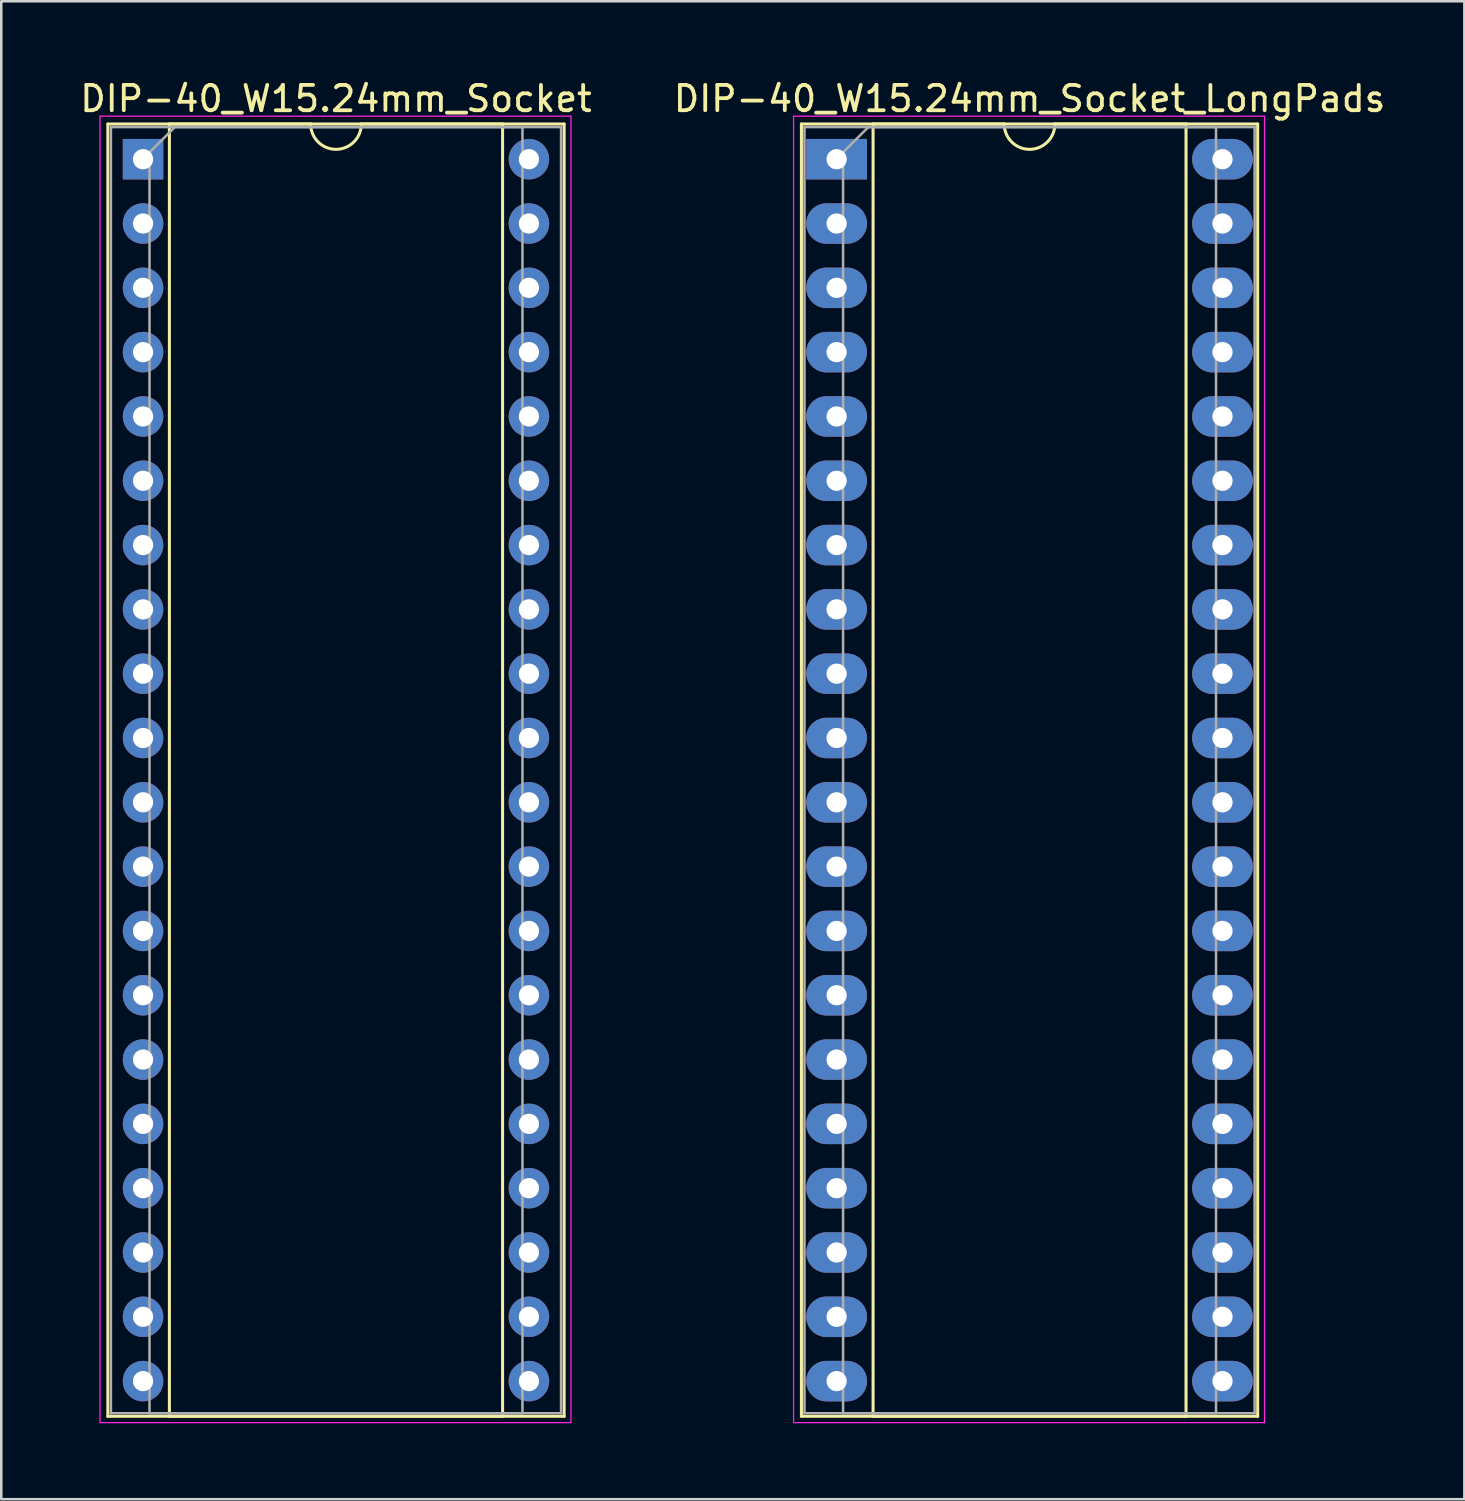
<source format=kicad_pcb>
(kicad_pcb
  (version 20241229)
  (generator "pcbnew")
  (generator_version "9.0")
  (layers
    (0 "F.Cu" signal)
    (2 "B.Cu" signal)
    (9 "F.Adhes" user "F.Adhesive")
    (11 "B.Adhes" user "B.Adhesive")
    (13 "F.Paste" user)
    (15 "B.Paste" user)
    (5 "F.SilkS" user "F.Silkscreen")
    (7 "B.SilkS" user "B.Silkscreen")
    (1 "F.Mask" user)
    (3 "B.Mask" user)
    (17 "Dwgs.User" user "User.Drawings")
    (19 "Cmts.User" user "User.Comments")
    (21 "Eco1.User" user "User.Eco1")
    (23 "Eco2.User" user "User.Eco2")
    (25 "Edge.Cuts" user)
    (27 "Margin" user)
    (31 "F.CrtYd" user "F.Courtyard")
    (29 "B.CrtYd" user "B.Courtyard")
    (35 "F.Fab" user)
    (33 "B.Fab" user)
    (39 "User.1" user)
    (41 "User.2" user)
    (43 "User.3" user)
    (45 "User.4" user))
  (footprint "DIP-40_W15.24mm_Socket"
    (layer "F.Cu")
    (at 2.6 3.238)
    (property "Reference" "DIP-40_W15.24mm_Socket" (at 7.62 -2.39 0) (layer "F.SilkS") (effects (font (size 1 1) (thickness 0.15))))
    (attr through_hole)
    (fp_line (start -1.39 -1.39) (end -1.39 49.65) (stroke (width 0.12) (type solid)) (layer "F.SilkS"))
    (fp_line (start -1.39 49.65) (end 16.63 49.65) (stroke (width 0.12) (type solid)) (layer "F.SilkS"))
    (fp_line (start 1.04 -1.39) (end 1.04 49.65) (stroke (width 0.12) (type solid)) (layer "F.SilkS"))
    (fp_line (start 1.04 49.65) (end 14.2 49.65) (stroke (width 0.12) (type solid)) (layer "F.SilkS"))
    (fp_line (start 6.62 -1.39) (end 1.04 -1.39) (stroke (width 0.12) (type solid)) (layer "F.SilkS"))
    (fp_line (start 14.2 -1.39) (end 8.62 -1.39) (stroke (width 0.12) (type solid)) (layer "F.SilkS"))
    (fp_line (start 14.2 49.65) (end 14.2 -1.39) (stroke (width 0.12) (type solid)) (layer "F.SilkS"))
    (fp_line (start 16.63 -1.39) (end -1.39 -1.39) (stroke (width 0.12) (type solid)) (layer "F.SilkS"))
    (fp_line (start 16.63 49.65) (end 16.63 -1.39) (stroke (width 0.12) (type solid)) (layer "F.SilkS"))
    (fp_arc (start 8.62 -1.39) (mid 7.62 -0.39) (end 6.62 -1.39) (stroke (width 0.12) (type solid)) (layer "F.SilkS"))
    (fp_line (start -1.7 -1.7) (end -1.7 49.9) (stroke (width 0.05) (type solid)) (layer "F.CrtYd"))
    (fp_line (start -1.7 49.9) (end 16.9 49.9) (stroke (width 0.05) (type solid)) (layer "F.CrtYd"))
    (fp_line (start 16.9 -1.7) (end -1.7 -1.7) (stroke (width 0.05) (type solid)) (layer "F.CrtYd"))
    (fp_line (start 16.9 49.9) (end 16.9 -1.7) (stroke (width 0.05) (type solid)) (layer "F.CrtYd"))
    (fp_line (start -1.27 -1.27) (end -1.27 49.53) (stroke (width 0.1) (type solid)) (layer "F.Fab"))
    (fp_line (start -1.27 49.53) (end 16.51 49.53) (stroke (width 0.1) (type solid)) (layer "F.Fab"))
    (fp_line (start 0.255 -0.27) (end 1.255 -1.27) (stroke (width 0.1) (type solid)) (layer "F.Fab"))
    (fp_line (start 0.255 49.53) (end 0.255 -0.27) (stroke (width 0.1) (type solid)) (layer "F.Fab"))
    (fp_line (start 1.255 -1.27) (end 14.985 -1.27) (stroke (width 0.1) (type solid)) (layer "F.Fab"))
    (fp_line (start 14.985 -1.27) (end 14.985 49.53) (stroke (width 0.1) (type solid)) (layer "F.Fab"))
    (fp_line (start 14.985 49.53) (end 0.255 49.53) (stroke (width 0.1) (type solid)) (layer "F.Fab"))
    (fp_line (start 16.51 -1.27) (end -1.27 -1.27) (stroke (width 0.1) (type solid)) (layer "F.Fab"))
    (fp_line (start 16.51 49.53) (end 16.51 -1.27) (stroke (width 0.1) (type solid)) (layer "F.Fab"))
    (pad "1" thru_hole rect (at 0 0) (size 1.6 1.6) (drill 0.8) (layers "*.Cu" "*.Mask"))
    (pad "2" thru_hole oval (at 0 2.54) (size 1.6 1.6) (drill 0.8) (layers "*.Cu" "*.Mask"))
    (pad "3" thru_hole oval (at 0 5.08) (size 1.6 1.6) (drill 0.8) (layers "*.Cu" "*.Mask"))
    (pad "4" thru_hole oval (at 0 7.62) (size 1.6 1.6) (drill 0.8) (layers "*.Cu" "*.Mask"))
    (pad "5" thru_hole oval (at 0 10.16) (size 1.6 1.6) (drill 0.8) (layers "*.Cu" "*.Mask"))
    (pad "6" thru_hole oval (at 0 12.7) (size 1.6 1.6) (drill 0.8) (layers "*.Cu" "*.Mask"))
    (pad "7" thru_hole oval (at 0 15.24) (size 1.6 1.6) (drill 0.8) (layers "*.Cu" "*.Mask"))
    (pad "8" thru_hole oval (at 0 17.78) (size 1.6 1.6) (drill 0.8) (layers "*.Cu" "*.Mask"))
    (pad "9" thru_hole oval (at 0 20.32) (size 1.6 1.6) (drill 0.8) (layers "*.Cu" "*.Mask"))
    (pad "10" thru_hole oval (at 0 22.86) (size 1.6 1.6) (drill 0.8) (layers "*.Cu" "*.Mask"))
    (pad "11" thru_hole oval (at 0 25.4) (size 1.6 1.6) (drill 0.8) (layers "*.Cu" "*.Mask"))
    (pad "12" thru_hole oval (at 0 27.94) (size 1.6 1.6) (drill 0.8) (layers "*.Cu" "*.Mask"))
    (pad "13" thru_hole oval (at 0 30.48) (size 1.6 1.6) (drill 0.8) (layers "*.Cu" "*.Mask"))
    (pad "14" thru_hole oval (at 0 33.02) (size 1.6 1.6) (drill 0.8) (layers "*.Cu" "*.Mask"))
    (pad "15" thru_hole oval (at 0 35.56) (size 1.6 1.6) (drill 0.8) (layers "*.Cu" "*.Mask"))
    (pad "16" thru_hole oval (at 0 38.1) (size 1.6 1.6) (drill 0.8) (layers "*.Cu" "*.Mask"))
    (pad "17" thru_hole oval (at 0 40.64) (size 1.6 1.6) (drill 0.8) (layers "*.Cu" "*.Mask"))
    (pad "18" thru_hole oval (at 0 43.18) (size 1.6 1.6) (drill 0.8) (layers "*.Cu" "*.Mask"))
    (pad "19" thru_hole oval (at 0 45.72) (size 1.6 1.6) (drill 0.8) (layers "*.Cu" "*.Mask"))
    (pad "20" thru_hole oval (at 0 48.26) (size 1.6 1.6) (drill 0.8) (layers "*.Cu" "*.Mask"))
    (pad "21" thru_hole oval (at 15.24 48.26) (size 1.6 1.6) (drill 0.8) (layers "*.Cu" "*.Mask"))
    (pad "22" thru_hole oval (at 15.24 45.72) (size 1.6 1.6) (drill 0.8) (layers "*.Cu" "*.Mask"))
    (pad "23" thru_hole oval (at 15.24 43.18) (size 1.6 1.6) (drill 0.8) (layers "*.Cu" "*.Mask"))
    (pad "24" thru_hole oval (at 15.24 40.64) (size 1.6 1.6) (drill 0.8) (layers "*.Cu" "*.Mask"))
    (pad "25" thru_hole oval (at 15.24 38.1) (size 1.6 1.6) (drill 0.8) (layers "*.Cu" "*.Mask"))
    (pad "26" thru_hole oval (at 15.24 35.56) (size 1.6 1.6) (drill 0.8) (layers "*.Cu" "*.Mask"))
    (pad "27" thru_hole oval (at 15.24 33.02) (size 1.6 1.6) (drill 0.8) (layers "*.Cu" "*.Mask"))
    (pad "28" thru_hole oval (at 15.24 30.48) (size 1.6 1.6) (drill 0.8) (layers "*.Cu" "*.Mask"))
    (pad "29" thru_hole oval (at 15.24 27.94) (size 1.6 1.6) (drill 0.8) (layers "*.Cu" "*.Mask"))
    (pad "30" thru_hole oval (at 15.24 25.4) (size 1.6 1.6) (drill 0.8) (layers "*.Cu" "*.Mask"))
    (pad "31" thru_hole oval (at 15.24 22.86) (size 1.6 1.6) (drill 0.8) (layers "*.Cu" "*.Mask"))
    (pad "32" thru_hole oval (at 15.24 20.32) (size 1.6 1.6) (drill 0.8) (layers "*.Cu" "*.Mask"))
    (pad "33" thru_hole oval (at 15.24 17.78) (size 1.6 1.6) (drill 0.8) (layers "*.Cu" "*.Mask"))
    (pad "34" thru_hole oval (at 15.24 15.24) (size 1.6 1.6) (drill 0.8) (layers "*.Cu" "*.Mask"))
    (pad "35" thru_hole oval (at 15.24 12.7) (size 1.6 1.6) (drill 0.8) (layers "*.Cu" "*.Mask"))
    (pad "36" thru_hole oval (at 15.24 10.16) (size 1.6 1.6) (drill 0.8) (layers "*.Cu" "*.Mask"))
    (pad "37" thru_hole oval (at 15.24 7.62) (size 1.6 1.6) (drill 0.8) (layers "*.Cu" "*.Mask"))
    (pad "38" thru_hole oval (at 15.24 5.08) (size 1.6 1.6) (drill 0.8) (layers "*.Cu" "*.Mask"))
    (pad "39" thru_hole oval (at 15.24 2.54) (size 1.6 1.6) (drill 0.8) (layers "*.Cu" "*.Mask"))
    (pad "40" thru_hole oval (at 15.24 0) (size 1.6 1.6) (drill 0.8) (layers "*.Cu" "*.Mask")))
  (footprint "DIP-40_W15.24mm_Socket_LongPads"
    (layer "F.Cu")
    (at 29.993 3.238)
    (property "Reference" "DIP-40_W15.24mm_Socket_LongPads" (at 7.62 -2.39 0) (layer "F.SilkS") (effects (font (size 1 1) (thickness 0.15))))
    (attr through_hole)
    (fp_line (start -1.39 -1.39) (end -1.39 49.65) (stroke (width 0.12) (type solid)) (layer "F.SilkS"))
    (fp_line (start -1.39 49.65) (end 16.63 49.65) (stroke (width 0.12) (type solid)) (layer "F.SilkS"))
    (fp_line (start 1.44 -1.39) (end 1.44 49.65) (stroke (width 0.12) (type solid)) (layer "F.SilkS"))
    (fp_line (start 1.44 49.65) (end 13.8 49.65) (stroke (width 0.12) (type solid)) (layer "F.SilkS"))
    (fp_line (start 6.62 -1.39) (end 1.44 -1.39) (stroke (width 0.12) (type solid)) (layer "F.SilkS"))
    (fp_line (start 13.8 -1.39) (end 8.62 -1.39) (stroke (width 0.12) (type solid)) (layer "F.SilkS"))
    (fp_line (start 13.8 49.65) (end 13.8 -1.39) (stroke (width 0.12) (type solid)) (layer "F.SilkS"))
    (fp_line (start 16.63 -1.39) (end -1.39 -1.39) (stroke (width 0.12) (type solid)) (layer "F.SilkS"))
    (fp_line (start 16.63 49.65) (end 16.63 -1.39) (stroke (width 0.12) (type solid)) (layer "F.SilkS"))
    (fp_arc (start 8.62 -1.39) (mid 7.62 -0.39) (end 6.62 -1.39) (stroke (width 0.12) (type solid)) (layer "F.SilkS"))
    (fp_line (start -1.7 -1.7) (end -1.7 49.9) (stroke (width 0.05) (type solid)) (layer "F.CrtYd"))
    (fp_line (start -1.7 49.9) (end 16.9 49.9) (stroke (width 0.05) (type solid)) (layer "F.CrtYd"))
    (fp_line (start 16.9 -1.7) (end -1.7 -1.7) (stroke (width 0.05) (type solid)) (layer "F.CrtYd"))
    (fp_line (start 16.9 49.9) (end 16.9 -1.7) (stroke (width 0.05) (type solid)) (layer "F.CrtYd"))
    (fp_line (start -1.27 -1.27) (end -1.27 49.53) (stroke (width 0.1) (type solid)) (layer "F.Fab"))
    (fp_line (start -1.27 49.53) (end 16.51 49.53) (stroke (width 0.1) (type solid)) (layer "F.Fab"))
    (fp_line (start 0.255 -0.27) (end 1.255 -1.27) (stroke (width 0.1) (type solid)) (layer "F.Fab"))
    (fp_line (start 0.255 49.53) (end 0.255 -0.27) (stroke (width 0.1) (type solid)) (layer "F.Fab"))
    (fp_line (start 1.255 -1.27) (end 14.985 -1.27) (stroke (width 0.1) (type solid)) (layer "F.Fab"))
    (fp_line (start 14.985 -1.27) (end 14.985 49.53) (stroke (width 0.1) (type solid)) (layer "F.Fab"))
    (fp_line (start 14.985 49.53) (end 0.255 49.53) (stroke (width 0.1) (type solid)) (layer "F.Fab"))
    (fp_line (start 16.51 -1.27) (end -1.27 -1.27) (stroke (width 0.1) (type solid)) (layer "F.Fab"))
    (fp_line (start 16.51 49.53) (end 16.51 -1.27) (stroke (width 0.1) (type solid)) (layer "F.Fab"))
    (pad "1" thru_hole rect (at 0 0) (size 2.4 1.6) (drill 0.8) (layers "*.Cu" "*.Mask"))
    (pad "2" thru_hole oval (at 0 2.54) (size 2.4 1.6) (drill 0.8) (layers "*.Cu" "*.Mask"))
    (pad "3" thru_hole oval (at 0 5.08) (size 2.4 1.6) (drill 0.8) (layers "*.Cu" "*.Mask"))
    (pad "4" thru_hole oval (at 0 7.62) (size 2.4 1.6) (drill 0.8) (layers "*.Cu" "*.Mask"))
    (pad "5" thru_hole oval (at 0 10.16) (size 2.4 1.6) (drill 0.8) (layers "*.Cu" "*.Mask"))
    (pad "6" thru_hole oval (at 0 12.7) (size 2.4 1.6) (drill 0.8) (layers "*.Cu" "*.Mask"))
    (pad "7" thru_hole oval (at 0 15.24) (size 2.4 1.6) (drill 0.8) (layers "*.Cu" "*.Mask"))
    (pad "8" thru_hole oval (at 0 17.78) (size 2.4 1.6) (drill 0.8) (layers "*.Cu" "*.Mask"))
    (pad "9" thru_hole oval (at 0 20.32) (size 2.4 1.6) (drill 0.8) (layers "*.Cu" "*.Mask"))
    (pad "10" thru_hole oval (at 0 22.86) (size 2.4 1.6) (drill 0.8) (layers "*.Cu" "*.Mask"))
    (pad "11" thru_hole oval (at 0 25.4) (size 2.4 1.6) (drill 0.8) (layers "*.Cu" "*.Mask"))
    (pad "12" thru_hole oval (at 0 27.94) (size 2.4 1.6) (drill 0.8) (layers "*.Cu" "*.Mask"))
    (pad "13" thru_hole oval (at 0 30.48) (size 2.4 1.6) (drill 0.8) (layers "*.Cu" "*.Mask"))
    (pad "14" thru_hole oval (at 0 33.02) (size 2.4 1.6) (drill 0.8) (layers "*.Cu" "*.Mask"))
    (pad "15" thru_hole oval (at 0 35.56) (size 2.4 1.6) (drill 0.8) (layers "*.Cu" "*.Mask"))
    (pad "16" thru_hole oval (at 0 38.1) (size 2.4 1.6) (drill 0.8) (layers "*.Cu" "*.Mask"))
    (pad "17" thru_hole oval (at 0 40.64) (size 2.4 1.6) (drill 0.8) (layers "*.Cu" "*.Mask"))
    (pad "18" thru_hole oval (at 0 43.18) (size 2.4 1.6) (drill 0.8) (layers "*.Cu" "*.Mask"))
    (pad "19" thru_hole oval (at 0 45.72) (size 2.4 1.6) (drill 0.8) (layers "*.Cu" "*.Mask"))
    (pad "20" thru_hole oval (at 0 48.26) (size 2.4 1.6) (drill 0.8) (layers "*.Cu" "*.Mask"))
    (pad "21" thru_hole oval (at 15.24 48.26) (size 2.4 1.6) (drill 0.8) (layers "*.Cu" "*.Mask"))
    (pad "22" thru_hole oval (at 15.24 45.72) (size 2.4 1.6) (drill 0.8) (layers "*.Cu" "*.Mask"))
    (pad "23" thru_hole oval (at 15.24 43.18) (size 2.4 1.6) (drill 0.8) (layers "*.Cu" "*.Mask"))
    (pad "24" thru_hole oval (at 15.24 40.64) (size 2.4 1.6) (drill 0.8) (layers "*.Cu" "*.Mask"))
    (pad "25" thru_hole oval (at 15.24 38.1) (size 2.4 1.6) (drill 0.8) (layers "*.Cu" "*.Mask"))
    (pad "26" thru_hole oval (at 15.24 35.56) (size 2.4 1.6) (drill 0.8) (layers "*.Cu" "*.Mask"))
    (pad "27" thru_hole oval (at 15.24 33.02) (size 2.4 1.6) (drill 0.8) (layers "*.Cu" "*.Mask"))
    (pad "28" thru_hole oval (at 15.24 30.48) (size 2.4 1.6) (drill 0.8) (layers "*.Cu" "*.Mask"))
    (pad "29" thru_hole oval (at 15.24 27.94) (size 2.4 1.6) (drill 0.8) (layers "*.Cu" "*.Mask"))
    (pad "30" thru_hole oval (at 15.24 25.4) (size 2.4 1.6) (drill 0.8) (layers "*.Cu" "*.Mask"))
    (pad "31" thru_hole oval (at 15.24 22.86) (size 2.4 1.6) (drill 0.8) (layers "*.Cu" "*.Mask"))
    (pad "32" thru_hole oval (at 15.24 20.32) (size 2.4 1.6) (drill 0.8) (layers "*.Cu" "*.Mask"))
    (pad "33" thru_hole oval (at 15.24 17.78) (size 2.4 1.6) (drill 0.8) (layers "*.Cu" "*.Mask"))
    (pad "34" thru_hole oval (at 15.24 15.24) (size 2.4 1.6) (drill 0.8) (layers "*.Cu" "*.Mask"))
    (pad "35" thru_hole oval (at 15.24 12.7) (size 2.4 1.6) (drill 0.8) (layers "*.Cu" "*.Mask"))
    (pad "36" thru_hole oval (at 15.24 10.16) (size 2.4 1.6) (drill 0.8) (layers "*.Cu" "*.Mask"))
    (pad "37" thru_hole oval (at 15.24 7.62) (size 2.4 1.6) (drill 0.8) (layers "*.Cu" "*.Mask"))
    (pad "38" thru_hole oval (at 15.24 5.08) (size 2.4 1.6) (drill 0.8) (layers "*.Cu" "*.Mask"))
    (pad "39" thru_hole oval (at 15.24 2.54) (size 2.4 1.6) (drill 0.8) (layers "*.Cu" "*.Mask"))
    (pad "40" thru_hole oval (at 15.24 0) (size 2.4 1.6) (drill 0.8) (layers "*.Cu" "*.Mask")))
  (gr_rect
    (start -3 -3)
    (end 54.786 56.163)
    (stroke (width 0.1) (type default))
    (fill no)
    (layer "Edge.Cuts")))
</source>
